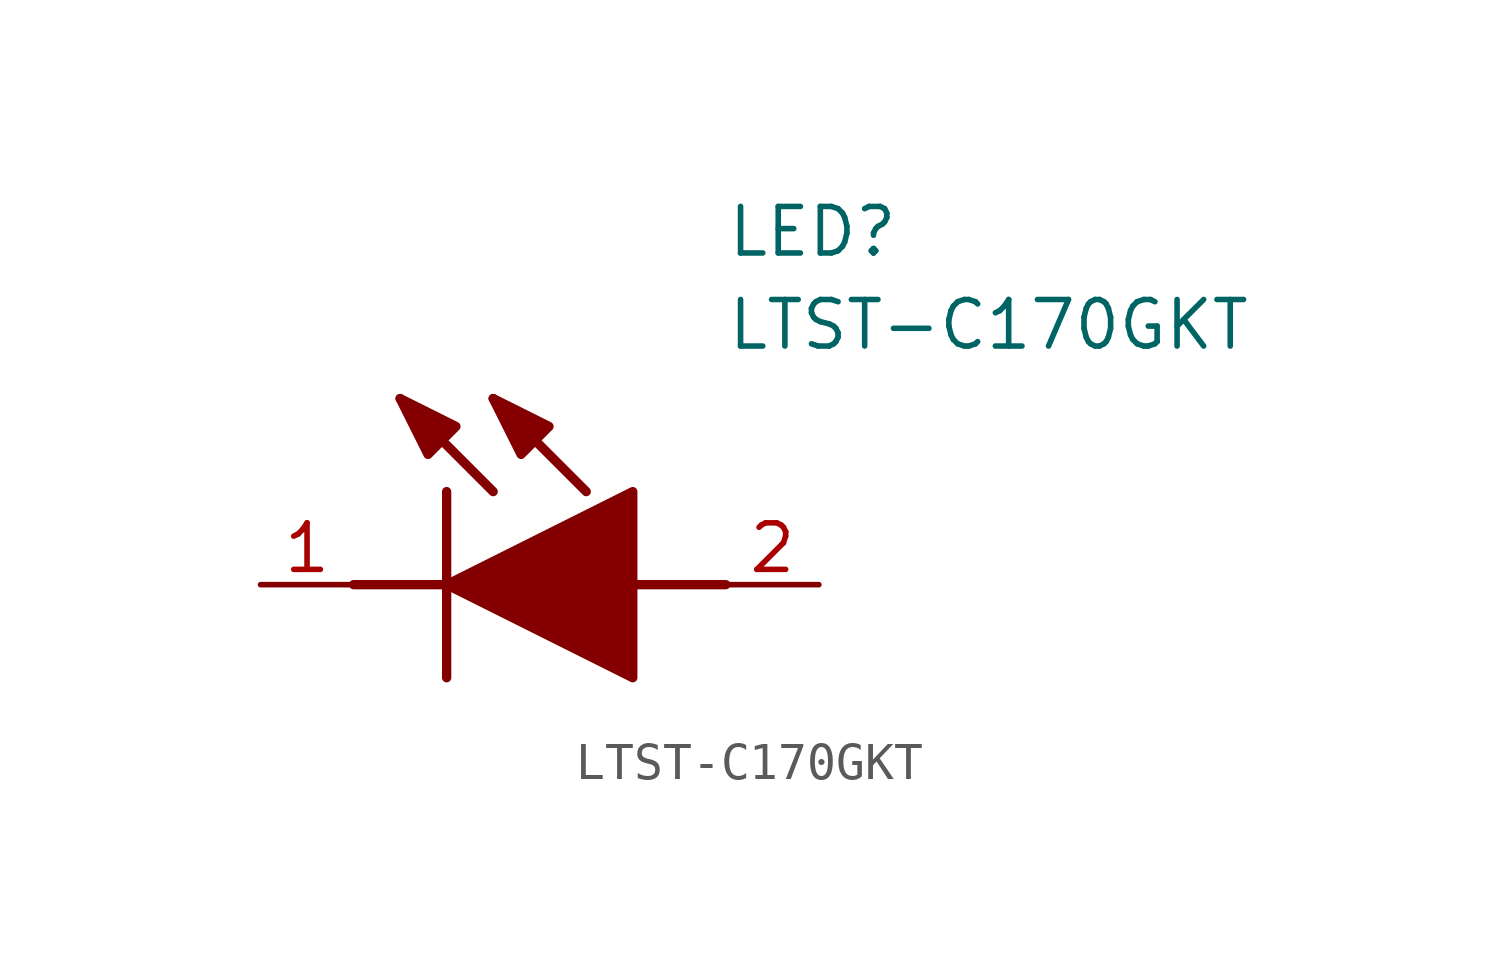
<source format=kicad_sym>
(kicad_symbol_lib
  (version 20211014)
  (generator SamacSys_ECAD_Model)
  (symbol "LTST-C170GKT"
    (pin_names hide)
    (property "Reference" "LED"
      (at 12.7 8.89 0)
      (effects (font (size 1.27 1.27)) (justify left bottom)))
    (property "Value" "LTST-C170GKT"
      (at 12.7 6.35 0)
      (effects (font (size 1.27 1.27)) (justify left bottom)))
    (polyline
      (pts (xy 5.08 2.54) (xy 5.08 -2.54))
      (stroke (width 0.254) (type default))
      (fill (type none)))
    (polyline
      (pts (xy 6.35 2.54) (xy 3.81 5.08))
      (stroke (width 0.254) (type default))
      (fill (type none)))
    (polyline
      (pts (xy 8.89 2.54) (xy 6.35 5.08))
      (stroke (width 0.254) (type default))
      (fill (type none)))
    (polyline
      (pts (xy 2.54 0) (xy 5.08 0))
      (stroke (width 0.254) (type default))
      (fill (type none)))
    (polyline
      (pts (xy 10.16 0) (xy 12.7 0))
      (stroke (width 0.254) (type default))
      (fill (type none)))
    (polyline
      (pts (xy 5.08 0) (xy 10.16 2.54) (xy 10.16 -2.54) (xy 5.08 0))
      (stroke (width 0.254) (type default))
      (fill (type outline)))
    (polyline
      (pts (xy 5.334 4.318) (xy 4.572 3.556) (xy 3.81 5.08) (xy 5.334 4.318))
      (stroke (width 0.254) (type default))
      (fill (type outline)))
    (polyline
      (pts (xy 7.874 4.318) (xy 7.112 3.556) (xy 6.35 5.08) (xy 7.874 4.318))
      (stroke (width 0.254) (type default))
      (fill (type outline)))
    (pin passive line
      (at 0 0 0)
      (length 2.54)
      (name "K" (effects (font (size 1.27 1.27))))
      (number "1" (effects (font (size 1.27 1.27)))))
    (pin passive line
      (at 15.24 0 180)
      (length 2.54)
      (name "A" (effects (font (size 1.27 1.27))))
      (number "2" (effects (font (size 1.27 1.27)))))))
</source>
